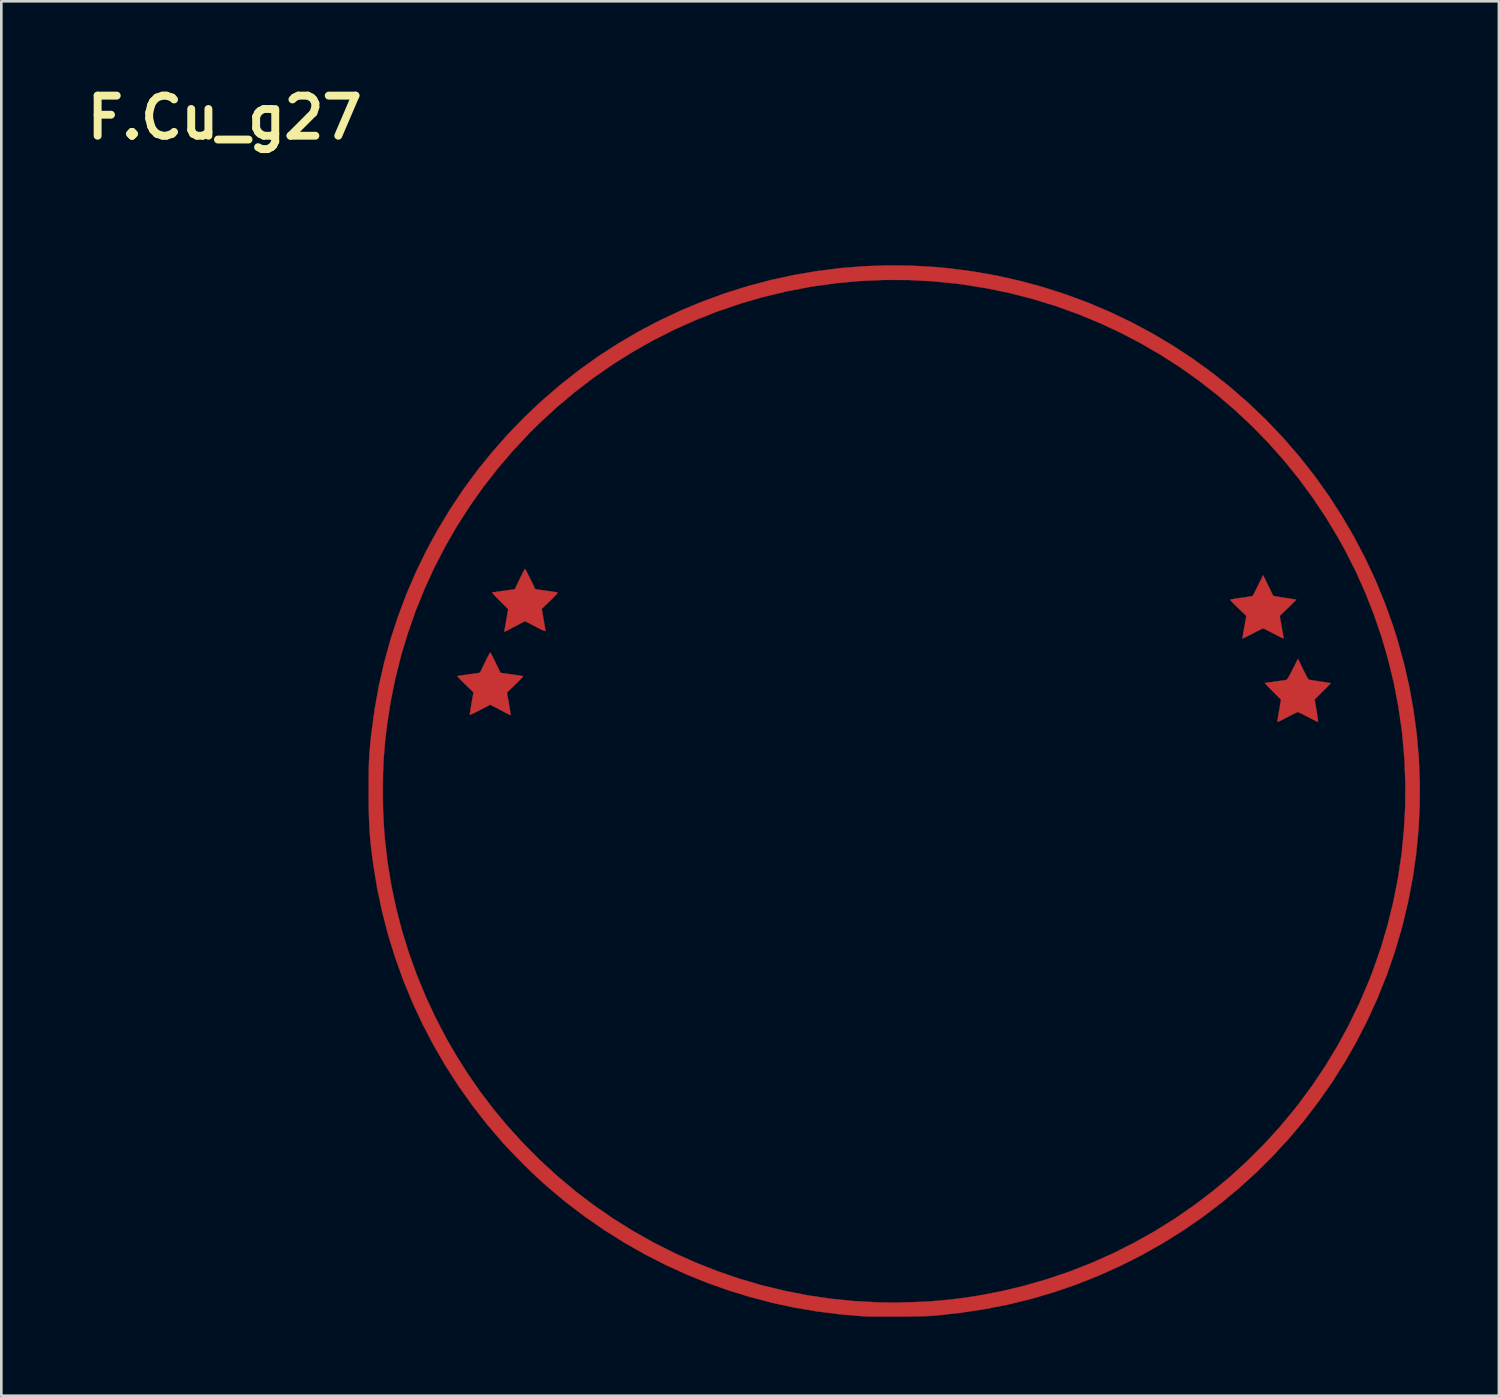
<source format=kicad_pcb>
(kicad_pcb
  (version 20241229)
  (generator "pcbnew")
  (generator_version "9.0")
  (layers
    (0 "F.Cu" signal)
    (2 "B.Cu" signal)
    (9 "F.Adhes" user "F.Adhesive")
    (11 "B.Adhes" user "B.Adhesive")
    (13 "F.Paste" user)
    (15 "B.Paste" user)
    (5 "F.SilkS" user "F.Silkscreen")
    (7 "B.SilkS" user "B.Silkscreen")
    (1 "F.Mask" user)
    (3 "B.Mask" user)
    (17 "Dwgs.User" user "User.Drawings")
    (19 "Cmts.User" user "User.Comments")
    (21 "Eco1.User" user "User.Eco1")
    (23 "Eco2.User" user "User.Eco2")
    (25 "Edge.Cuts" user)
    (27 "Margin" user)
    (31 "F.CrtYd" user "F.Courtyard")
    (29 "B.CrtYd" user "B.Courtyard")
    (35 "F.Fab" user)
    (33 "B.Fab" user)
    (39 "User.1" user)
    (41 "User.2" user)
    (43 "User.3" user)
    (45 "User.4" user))
  (footprint "F.Cu_g27"
    (layer "F.Cu")
    (at 5.486 1.418)
    (property "Reference" "F.Cu_g27" (at 0 0 0) (layer "F.SilkS") (effects (font (size 1.524 1.524) (thickness 0.3))))
    (attr through_hole)
    (fp_poly (pts (xy 11.425 17.163) (xy 11.453 17.214) (xy 11.494 17.291) (xy 11.544 17.39) (xy 11.601 17.504) (xy 11.615 17.532) (xy 11.804 17.919) (xy 12.215 17.978) (xy 12.344 17.996) (xy 12.459 18.014) (xy 12.553 18.028) (xy 12.621 18.039) (xy 12.654 18.046) (xy 12.655 18.046) (xy 12.651 18.064) (xy 12.616 18.107) (xy 12.555 18.174) (xy 12.467 18.263) (xy 12.367 18.362) (xy 12.049 18.668) (xy 12.12 19.076) (xy 12.142 19.203) (xy 12.161 19.318) (xy 12.177 19.412) (xy 12.187 19.478) (xy 12.192 19.511) (xy 12.192 19.512) (xy 12.174 19.512) (xy 12.123 19.493) (xy 12.042 19.457) (xy 11.934 19.405) (xy 11.804 19.338) (xy 11.802 19.337) (xy 11.412 19.135) (xy 11.029 19.336) (xy 10.913 19.396) (xy 10.81 19.45) (xy 10.726 19.493) (xy 10.666 19.523) (xy 10.636 19.536) (xy 10.634 19.537) (xy 10.629 19.519) (xy 10.635 19.479) (xy 10.642 19.439) (xy 10.655 19.366) (xy 10.673 19.267) (xy 10.693 19.151) (xy 10.71 19.05) (xy 10.774 18.68) (xy 10.463 18.368) (xy 10.37 18.275) (xy 10.29 18.192) (xy 10.225 18.124) (xy 10.181 18.075) (xy 10.161 18.051) (xy 10.161 18.049) (xy 10.184 18.043) (xy 10.242 18.033) (xy 10.33 18.02) (xy 10.44 18.004) (xy 10.567 17.986) (xy 10.598 17.981) (xy 11.024 17.922) (xy 11.211 17.534) (xy 11.268 17.416) (xy 11.32 17.313) (xy 11.363 17.23) (xy 11.394 17.173) (xy 11.41 17.146) (xy 11.412 17.145) (xy 11.425 17.163)) (stroke (width 0.01) (type solid)) (fill yes) (layer "F.Cu"))
    (fp_poly (pts (xy 10.105 20.339) (xy 10.134 20.39) (xy 10.174 20.467) (xy 10.224 20.566) (xy 10.281 20.681) (xy 10.294 20.709) (xy 10.481 21.098) (xy 10.913 21.158) (xy 11.043 21.176) (xy 11.157 21.194) (xy 11.249 21.209) (xy 11.314 21.222) (xy 11.344 21.23) (xy 11.345 21.231) (xy 11.331 21.25) (xy 11.291 21.293) (xy 11.229 21.356) (xy 11.15 21.435) (xy 11.059 21.525) (xy 11.037 21.547) (xy 10.728 21.85) (xy 10.802 22.276) (xy 10.823 22.404) (xy 10.842 22.518) (xy 10.857 22.61) (xy 10.866 22.675) (xy 10.869 22.706) (xy 10.869 22.708) (xy 10.849 22.701) (xy 10.798 22.676) (xy 10.72 22.638) (xy 10.622 22.587) (xy 10.509 22.529) (xy 10.478 22.512) (xy 10.093 22.309) (xy 9.703 22.512) (xy 9.57 22.581) (xy 9.469 22.631) (xy 9.397 22.664) (xy 9.35 22.682) (xy 9.324 22.687) (xy 9.314 22.68) (xy 9.314 22.676) (xy 9.318 22.644) (xy 9.328 22.577) (xy 9.343 22.483) (xy 9.362 22.369) (xy 9.384 22.243) (xy 9.384 22.239) (xy 9.454 21.841) (xy 9.139 21.537) (xy 9.046 21.446) (xy 8.965 21.365) (xy 8.901 21.298) (xy 8.859 21.25) (xy 8.841 21.226) (xy 8.841 21.224) (xy 8.867 21.218) (xy 8.927 21.208) (xy 9.017 21.193) (xy 9.128 21.177) (xy 9.255 21.158) (xy 9.28 21.155) (xy 9.701 21.095) (xy 9.889 20.708) (xy 9.946 20.591) (xy 9.998 20.488) (xy 10.041 20.405) (xy 10.073 20.348) (xy 10.09 20.321) (xy 10.092 20.32) (xy 10.105 20.339)) (stroke (width 0.01) (type solid)) (fill yes) (layer "F.Cu"))
    (fp_poly (pts (xy 40.977 20.959) (xy 41.042 21.092) (xy 41.092 21.191) (xy 41.129 21.263) (xy 41.158 21.311) (xy 41.182 21.34) (xy 41.203 21.356) (xy 41.225 21.365) (xy 41.238 21.367) (xy 41.282 21.374) (xy 41.359 21.386) (xy 41.46 21.401) (xy 41.578 21.419) (xy 41.665 21.432) (xy 41.783 21.45) (xy 41.886 21.466) (xy 41.965 21.479) (xy 42.016 21.488) (xy 42.03 21.492) (xy 42.018 21.508) (xy 41.98 21.549) (xy 41.92 21.611) (xy 41.843 21.689) (xy 41.754 21.779) (xy 41.727 21.806) (xy 41.417 22.113) (xy 41.491 22.54) (xy 41.512 22.668) (xy 41.529 22.78) (xy 41.541 22.872) (xy 41.547 22.935) (xy 41.546 22.964) (xy 41.545 22.966) (xy 41.521 22.956) (xy 41.466 22.93) (xy 41.386 22.89) (xy 41.287 22.839) (xy 41.174 22.781) (xy 41.163 22.775) (xy 41.05 22.716) (xy 40.949 22.665) (xy 40.866 22.624) (xy 40.808 22.596) (xy 40.781 22.585) (xy 40.78 22.585) (xy 40.756 22.594) (xy 40.701 22.62) (xy 40.62 22.66) (xy 40.52 22.711) (xy 40.407 22.769) (xy 40.395 22.775) (xy 40.282 22.834) (xy 40.182 22.886) (xy 40.1 22.927) (xy 40.044 22.954) (xy 40.018 22.966) (xy 40.018 22.966) (xy 40.006 22.949) (xy 40.005 22.939) (xy 40.008 22.911) (xy 40.017 22.848) (xy 40.032 22.757) (xy 40.05 22.645) (xy 40.071 22.52) (xy 40.072 22.515) (xy 40.14 22.117) (xy 39.824 21.801) (xy 39.731 21.707) (xy 39.651 21.625) (xy 39.586 21.557) (xy 39.542 21.51) (xy 39.522 21.486) (xy 39.521 21.484) (xy 39.548 21.481) (xy 39.609 21.473) (xy 39.696 21.461) (xy 39.8 21.447) (xy 39.913 21.431) (xy 40.028 21.414) (xy 40.135 21.398) (xy 40.228 21.385) (xy 40.298 21.374) (xy 40.336 21.367) (xy 40.338 21.367) (xy 40.359 21.355) (xy 40.385 21.326) (xy 40.419 21.274) (xy 40.463 21.196) (xy 40.52 21.088) (xy 40.585 20.96) (xy 40.785 20.563) (xy 40.977 20.959)) (stroke (width 0.01) (type solid)) (fill yes) (layer "F.Cu"))
    (fp_poly (pts (xy 39.648 17.769) (xy 39.705 17.886) (xy 39.756 17.991) (xy 39.797 18.076) (xy 39.826 18.136) (xy 39.84 18.166) (xy 39.841 18.168) (xy 39.863 18.176) (xy 39.92 18.188) (xy 40.007 18.204) (xy 40.117 18.222) (xy 40.244 18.242) (xy 40.279 18.247) (xy 40.409 18.266) (xy 40.524 18.284) (xy 40.618 18.299) (xy 40.684 18.31) (xy 40.717 18.316) (xy 40.719 18.317) (xy 40.706 18.333) (xy 40.668 18.375) (xy 40.607 18.436) (xy 40.529 18.513) (xy 40.438 18.602) (xy 40.409 18.63) (xy 40.092 18.935) (xy 40.164 19.347) (xy 40.19 19.494) (xy 40.209 19.604) (xy 40.223 19.683) (xy 40.231 19.736) (xy 40.234 19.768) (xy 40.234 19.785) (xy 40.23 19.79) (xy 40.224 19.791) (xy 40.221 19.791) (xy 40.198 19.781) (xy 40.144 19.755) (xy 40.064 19.715) (xy 39.965 19.664) (xy 39.853 19.606) (xy 39.843 19.6) (xy 39.729 19.541) (xy 39.628 19.49) (xy 39.545 19.448) (xy 39.486 19.421) (xy 39.458 19.41) (xy 39.458 19.41) (xy 39.432 19.419) (xy 39.376 19.446) (xy 39.295 19.486) (xy 39.195 19.536) (xy 39.082 19.595) (xy 39.071 19.6) (xy 38.935 19.671) (xy 38.832 19.724) (xy 38.758 19.76) (xy 38.71 19.782) (xy 38.682 19.79) (xy 38.672 19.788) (xy 38.672 19.786) (xy 38.675 19.764) (xy 38.685 19.707) (xy 38.7 19.621) (xy 38.719 19.513) (xy 38.741 19.387) (xy 38.747 19.357) (xy 38.821 18.934) (xy 38.508 18.634) (xy 38.415 18.543) (xy 38.334 18.462) (xy 38.27 18.395) (xy 38.227 18.347) (xy 38.209 18.322) (xy 38.209 18.32) (xy 38.234 18.313) (xy 38.293 18.301) (xy 38.382 18.285) (xy 38.492 18.268) (xy 38.619 18.249) (xy 38.64 18.246) (xy 38.767 18.227) (xy 38.88 18.21) (xy 38.97 18.196) (xy 39.033 18.185) (xy 39.062 18.179) (xy 39.063 18.179) (xy 39.074 18.158) (xy 39.101 18.106) (xy 39.141 18.027) (xy 39.191 17.928) (xy 39.249 17.813) (xy 39.265 17.78) (xy 39.462 17.388) (xy 39.648 17.769)) (stroke (width 0.01) (type solid)) (fill yes) (layer "F.Cu"))
    (fp_poly (pts (xy 26.102 5.626) (xy 27.005 5.678) (xy 27.527 5.727) (xy 28.44 5.847) (xy 29.342 6.006) (xy 30.233 6.206) (xy 31.11 6.445) (xy 31.973 6.722) (xy 32.821 7.038) (xy 33.652 7.39) (xy 34.466 7.78) (xy 35.261 8.205) (xy 36.035 8.666) (xy 36.789 9.162) (xy 37.52 9.692) (xy 38.227 10.255) (xy 38.91 10.851) (xy 39.566 11.479) (xy 40.196 12.139) (xy 40.797 12.83) (xy 40.875 12.924) (xy 41.441 13.647) (xy 41.972 14.394) (xy 42.468 15.163) (xy 42.928 15.954) (xy 43.352 16.766) (xy 43.738 17.596) (xy 44.086 18.444) (xy 44.396 19.307) (xy 44.567 19.85) (xy 44.812 20.736) (xy 45.016 21.628) (xy 45.177 22.527) (xy 45.298 23.431) (xy 45.377 24.337) (xy 45.414 25.246) (xy 45.41 26.155) (xy 45.364 27.064) (xy 45.277 27.97) (xy 45.148 28.874) (xy 44.977 29.772) (xy 44.765 30.665) (xy 44.704 30.893) (xy 44.442 31.769) (xy 44.141 32.629) (xy 43.803 33.47) (xy 43.428 34.293) (xy 43.018 35.096) (xy 42.572 35.878) (xy 42.093 36.638) (xy 41.58 37.374) (xy 41.036 38.087) (xy 40.46 38.774) (xy 39.853 39.434) (xy 39.218 40.068) (xy 38.553 40.672) (xy 37.861 41.248) (xy 37.143 41.792) (xy 36.398 42.305) (xy 35.628 42.785) (xy 34.834 43.232) (xy 34.017 43.643) (xy 34.004 43.649) (xy 33.178 44.019) (xy 32.342 44.349) (xy 31.494 44.64) (xy 30.634 44.892) (xy 29.758 45.105) (xy 28.867 45.281) (xy 27.958 45.418) (xy 27.03 45.519) (xy 26.892 45.53) (xy 26.795 45.537) (xy 26.661 45.542) (xy 26.497 45.547) (xy 26.308 45.551) (xy 26.099 45.555) (xy 25.877 45.558) (xy 25.648 45.56) (xy 25.418 45.562) (xy 25.191 45.562) (xy 24.975 45.562) (xy 24.774 45.561) (xy 24.595 45.559) (xy 24.443 45.556) (xy 24.324 45.552) (xy 24.278 45.549) (xy 23.381 45.473) (xy 22.506 45.363) (xy 21.648 45.218) (xy 20.803 45.036) (xy 19.967 44.817) (xy 19.135 44.56) (xy 18.362 44.286) (xy 17.546 43.958) (xy 16.741 43.589) (xy 15.948 43.184) (xy 15.173 42.742) (xy 14.417 42.267) (xy 13.684 41.759) (xy 12.977 41.222) (xy 12.298 40.657) (xy 11.847 40.25) (xy 11.724 40.132) (xy 11.581 39.994) (xy 11.425 39.84) (xy 11.263 39.678) (xy 11.101 39.513) (xy 10.944 39.352) (xy 10.799 39.202) (xy 10.673 39.068) (xy 10.572 38.957) (xy 9.974 38.259) (xy 9.41 37.536) (xy 8.881 36.791) (xy 8.388 36.024) (xy 7.931 35.236) (xy 7.511 34.43) (xy 7.128 33.606) (xy 6.783 32.765) (xy 6.476 31.909) (xy 6.208 31.04) (xy 5.98 30.157) (xy 5.792 29.263) (xy 5.652 28.406) (xy 5.612 28.116) (xy 5.579 27.85) (xy 5.55 27.599) (xy 5.527 27.358) (xy 5.509 27.119) (xy 5.495 26.875) (xy 5.485 26.619) (xy 5.478 26.344) (xy 5.473 26.043) (xy 5.472 25.709) (xy 5.472 25.652) (xy 6.008 25.652) (xy 6.019 26.288) (xy 6.05 26.918) (xy 6.087 27.4) (xy 6.188 28.28) (xy 6.331 29.156) (xy 6.514 30.027) (xy 6.738 30.889) (xy 7.001 31.741) (xy 7.304 32.582) (xy 7.645 33.409) (xy 8.023 34.219) (xy 8.438 35.012) (xy 8.778 35.6) (xy 9.233 36.323) (xy 9.714 37.017) (xy 10.223 37.686) (xy 10.763 38.334) (xy 11.338 38.965) (xy 11.951 39.583) (xy 12.007 39.637) (xy 12.665 40.24) (xy 13.349 40.811) (xy 14.058 41.349) (xy 14.789 41.852) (xy 15.543 42.321) (xy 16.316 42.755) (xy 17.109 43.153) (xy 17.918 43.515) (xy 18.742 43.839) (xy 19.581 44.126) (xy 20.432 44.374) (xy 21.295 44.583) (xy 22.166 44.753) (xy 23.046 44.883) (xy 23.932 44.971) (xy 24.823 45.018) (xy 24.871 45.02) (xy 25.027 45.023) (xy 25.176 45.026) (xy 25.312 45.028) (xy 25.426 45.029) (xy 25.51 45.029) (xy 25.548 45.028) (xy 25.611 45.026) (xy 25.708 45.023) (xy 25.83 45.019) (xy 25.967 45.016) (xy 26.111 45.012) (xy 26.141 45.012) (xy 26.73 44.986) (xy 27.343 44.936) (xy 27.968 44.865) (xy 28.595 44.772) (xy 28.628 44.766) (xy 29.518 44.596) (xy 30.395 44.385) (xy 31.259 44.135) (xy 32.107 43.847) (xy 32.94 43.521) (xy 33.755 43.157) (xy 34.551 42.757) (xy 35.328 42.322) (xy 36.084 41.851) (xy 36.818 41.345) (xy 37.529 40.806) (xy 38.215 40.235) (xy 38.875 39.63) (xy 39.509 38.995) (xy 40.115 38.328) (xy 40.692 37.631) (xy 40.797 37.497) (xy 41.329 36.777) (xy 41.828 36.031) (xy 42.292 35.261) (xy 42.722 34.47) (xy 43.115 33.659) (xy 43.47 32.831) (xy 43.653 32.359) (xy 43.947 31.509) (xy 44.2 30.647) (xy 44.413 29.774) (xy 44.586 28.893) (xy 44.718 28.005) (xy 44.808 27.112) (xy 44.858 26.215) (xy 44.866 25.316) (xy 44.832 24.417) (xy 44.756 23.519) (xy 44.724 23.241) (xy 44.594 22.351) (xy 44.423 21.467) (xy 44.211 20.593) (xy 43.96 19.731) (xy 43.669 18.881) (xy 43.34 18.046) (xy 42.973 17.228) (xy 42.568 16.429) (xy 42.304 15.953) (xy 41.836 15.178) (xy 41.335 14.43) (xy 40.803 13.708) (xy 40.241 13.015) (xy 39.65 12.351) (xy 39.031 11.716) (xy 38.385 11.111) (xy 37.714 10.538) (xy 37.018 9.996) (xy 36.299 9.486) (xy 35.557 9.01) (xy 34.795 8.568) (xy 34.013 8.16) (xy 33.211 7.789) (xy 32.392 7.453) (xy 31.557 7.154) (xy 30.706 6.893) (xy 29.841 6.671) (xy 28.962 6.488) (xy 28.072 6.345) (xy 27.792 6.308) (xy 26.891 6.219) (xy 25.992 6.172) (xy 25.093 6.168) (xy 24.196 6.205) (xy 23.299 6.285) (xy 22.402 6.408) (xy 22.236 6.435) (xy 21.342 6.607) (xy 20.462 6.819) (xy 19.596 7.07) (xy 18.745 7.36) (xy 17.91 7.689) (xy 17.092 8.055) (xy 16.293 8.459) (xy 15.513 8.899) (xy 14.754 9.375) (xy 14.016 9.887) (xy 13.302 10.434) (xy 12.611 11.015) (xy 11.945 11.629) (xy 11.588 11.983) (xy 10.965 12.647) (xy 10.377 13.335) (xy 9.823 14.047) (xy 9.304 14.781) (xy 8.821 15.536) (xy 8.374 16.311) (xy 7.964 17.106) (xy 7.592 17.918) (xy 7.257 18.748) (xy 6.96 19.593) (xy 6.702 20.453) (xy 6.483 21.327) (xy 6.304 22.214) (xy 6.166 23.112) (xy 6.086 23.812) (xy 6.041 24.403) (xy 6.015 25.019) (xy 6.008 25.652) (xy 5.472 25.652) (xy 5.472 25.59) (xy 5.472 25.31) (xy 5.473 25.065) (xy 5.475 24.85) (xy 5.479 24.658) (xy 5.485 24.482) (xy 5.493 24.317) (xy 5.503 24.155) (xy 5.516 23.99) (xy 5.532 23.816) (xy 5.551 23.626) (xy 5.574 23.415) (xy 5.578 23.379) (xy 5.701 22.468) (xy 5.864 21.569) (xy 6.067 20.682) (xy 6.309 19.809) (xy 6.59 18.949) (xy 6.908 18.106) (xy 7.264 17.279) (xy 7.657 16.469) (xy 8.086 15.679) (xy 8.55 14.909) (xy 9.048 14.159) (xy 9.581 13.432) (xy 10.148 12.729) (xy 10.747 12.05) (xy 11.378 11.396) (xy 12.041 10.769) (xy 12.735 10.171) (xy 13.451 9.606) (xy 14.189 9.078) (xy 14.948 8.586) (xy 15.728 8.129) (xy 16.526 7.71) (xy 17.341 7.327) (xy 18.172 6.982) (xy 19.017 6.674) (xy 19.875 6.405) (xy 20.743 6.174) (xy 21.622 5.983) (xy 22.508 5.831) (xy 23.401 5.719) (xy 24.298 5.647) (xy 25.199 5.616) (xy 26.102 5.626)) (stroke (width 0.01) (type solid)) (fill yes) (layer "F.Cu")))
  (gr_rect
    (start -3 -3)
    (end 53.906 49.985)
    (stroke (width 0.1) (type default))
    (fill no)
    (layer "Edge.Cuts")))
</source>
